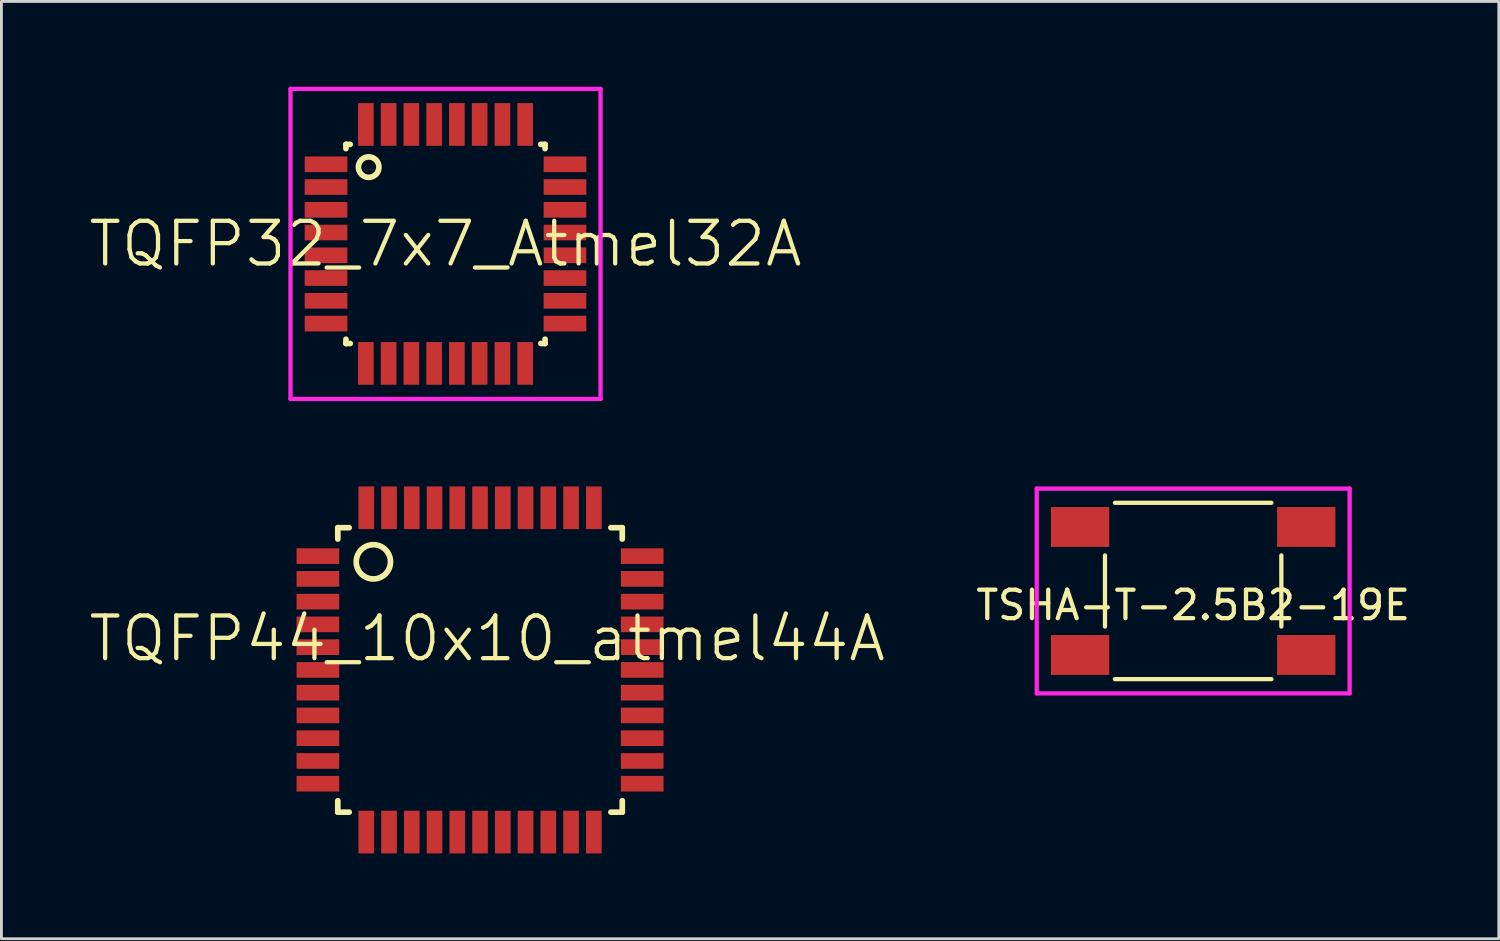
<source format=kicad_pcb>
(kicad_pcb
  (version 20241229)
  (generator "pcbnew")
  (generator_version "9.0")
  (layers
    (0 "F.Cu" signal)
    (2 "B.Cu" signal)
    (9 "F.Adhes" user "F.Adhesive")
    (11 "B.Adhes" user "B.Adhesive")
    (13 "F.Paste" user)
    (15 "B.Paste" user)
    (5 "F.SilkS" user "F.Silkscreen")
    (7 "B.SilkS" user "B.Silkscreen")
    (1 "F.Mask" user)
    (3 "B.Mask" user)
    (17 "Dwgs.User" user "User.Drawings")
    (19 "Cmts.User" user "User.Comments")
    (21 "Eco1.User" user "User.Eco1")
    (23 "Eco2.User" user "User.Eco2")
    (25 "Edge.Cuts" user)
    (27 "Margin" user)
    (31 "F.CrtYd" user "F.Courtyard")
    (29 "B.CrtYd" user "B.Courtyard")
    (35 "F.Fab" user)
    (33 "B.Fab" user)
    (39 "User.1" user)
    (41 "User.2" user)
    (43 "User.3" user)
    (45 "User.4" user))
  (footprint "TQFP44_10x10_atmel44A"
    (layer "F.Cu")
    (at 13.825 20.5)
    (property "Reference" "TQFP44_10x10_atmel44A" (at 0.25 -1.1 0) (layer "F.SilkS") (effects (font (size 1.5 1.5) (thickness 0.15))))
    (attr through_hole)
    (fp_line (start -5 -5) (end -5 -4.6) (stroke (width 0.2) (type solid)) (layer "F.SilkS"))
    (fp_line (start -5 -5) (end -4.6 -5) (stroke (width 0.2) (type solid)) (layer "F.SilkS"))
    (fp_line (start -5 5) (end -5 4.6) (stroke (width 0.2) (type solid)) (layer "F.SilkS"))
    (fp_line (start -5 5) (end -4.6 5) (stroke (width 0.2) (type solid)) (layer "F.SilkS"))
    (fp_line (start 5 -5) (end 4.6 -5) (stroke (width 0.2) (type solid)) (layer "F.SilkS"))
    (fp_line (start 5 -5) (end 5 -4.6) (stroke (width 0.2) (type solid)) (layer "F.SilkS"))
    (fp_line (start 5 5) (end 4.6 5) (stroke (width 0.2) (type solid)) (layer "F.SilkS"))
    (fp_line (start 5 5) (end 5 4.6) (stroke (width 0.2) (type solid)) (layer "F.SilkS"))
    (fp_circle (center -3.75 -3.8) (end -3.15 -3.75) (stroke (width 0.2) (type solid)) (fill no) (layer "F.SilkS"))
    (pad "1" smd rect (at -5.7 -4) (size 1.5 0.55) (layers "F.Cu" "F.Mask" "F.Paste"))
    (pad "2" smd rect (at -5.7 -3.2) (size 1.5 0.55) (layers "F.Cu" "F.Mask" "F.Paste"))
    (pad "3" smd rect (at -5.7 -2.4) (size 1.5 0.55) (layers "F.Cu" "F.Mask" "F.Paste"))
    (pad "4" smd rect (at -5.7 -1.6) (size 1.5 0.55) (layers "F.Cu" "F.Mask" "F.Paste"))
    (pad "5" smd rect (at -5.7 -0.8) (size 1.5 0.55) (layers "F.Cu" "F.Mask" "F.Paste"))
    (pad "6" smd rect (at -5.7 0) (size 1.5 0.55) (layers "F.Cu" "F.Mask" "F.Paste"))
    (pad "7" smd rect (at -5.7 0.8) (size 1.5 0.55) (layers "F.Cu" "F.Mask" "F.Paste"))
    (pad "8" smd rect (at -5.7 1.6) (size 1.5 0.55) (layers "F.Cu" "F.Mask" "F.Paste"))
    (pad "9" smd rect (at -5.7 2.4) (size 1.5 0.55) (layers "F.Cu" "F.Mask" "F.Paste"))
    (pad "10" smd rect (at -5.7 3.2) (size 1.5 0.55) (layers "F.Cu" "F.Mask" "F.Paste"))
    (pad "11" smd rect (at -5.7 4) (size 1.5 0.55) (layers "F.Cu" "F.Mask" "F.Paste"))
    (pad "12" smd rect (at -4 5.7) (size 0.55 1.5) (layers "F.Cu" "F.Mask" "F.Paste"))
    (pad "13" smd rect (at -3.2 5.7) (size 0.55 1.5) (layers "F.Cu" "F.Mask" "F.Paste"))
    (pad "14" smd rect (at -2.4 5.7) (size 0.55 1.5) (layers "F.Cu" "F.Mask" "F.Paste"))
    (pad "15" smd rect (at -1.6 5.7) (size 0.55 1.5) (layers "F.Cu" "F.Mask" "F.Paste"))
    (pad "16" smd rect (at -0.8 5.7) (size 0.55 1.5) (layers "F.Cu" "F.Mask" "F.Paste"))
    (pad "17" smd rect (at 0 5.7) (size 0.55 1.5) (layers "F.Cu" "F.Mask" "F.Paste"))
    (pad "18" smd rect (at 0.8 5.7) (size 0.55 1.5) (layers "F.Cu" "F.Mask" "F.Paste"))
    (pad "19" smd rect (at 1.6 5.7) (size 0.55 1.5) (layers "F.Cu" "F.Mask" "F.Paste"))
    (pad "20" smd rect (at 2.4 5.7) (size 0.55 1.5) (layers "F.Cu" "F.Mask" "F.Paste"))
    (pad "21" smd rect (at 3.2 5.7) (size 0.55 1.5) (layers "F.Cu" "F.Mask" "F.Paste"))
    (pad "22" smd rect (at 4 5.7) (size 0.55 1.5) (layers "F.Cu" "F.Mask" "F.Paste"))
    (pad "23" smd rect (at 5.7 4) (size 1.5 0.55) (layers "F.Cu" "F.Mask" "F.Paste"))
    (pad "24" smd rect (at 5.7 3.2) (size 1.5 0.55) (layers "F.Cu" "F.Mask" "F.Paste"))
    (pad "25" smd rect (at 5.7 2.4) (size 1.5 0.55) (layers "F.Cu" "F.Mask" "F.Paste"))
    (pad "26" smd rect (at 5.7 1.6) (size 1.5 0.55) (layers "F.Cu" "F.Mask" "F.Paste"))
    (pad "27" smd rect (at 5.7 0.8) (size 1.5 0.55) (layers "F.Cu" "F.Mask" "F.Paste"))
    (pad "28" smd rect (at 5.7 -0.000005) (size 1.5 0.55) (layers "F.Cu" "F.Mask" "F.Paste"))
    (pad "29" smd rect (at 5.7 -0.8) (size 1.5 0.55) (layers "F.Cu" "F.Mask" "F.Paste"))
    (pad "30" smd rect (at 5.7 -1.6) (size 1.5 0.55) (layers "F.Cu" "F.Mask" "F.Paste"))
    (pad "31" smd rect (at 5.7 -2.4) (size 1.5 0.55) (layers "F.Cu" "F.Mask" "F.Paste"))
    (pad "32" smd rect (at 5.7 -3.2) (size 1.5 0.55) (layers "F.Cu" "F.Mask" "F.Paste"))
    (pad "33" smd rect (at 5.7 -4) (size 1.5 0.55) (layers "F.Cu" "F.Mask" "F.Paste"))
    (pad "34" smd rect (at 4 -5.7) (size 0.55 1.5) (layers "F.Cu" "F.Mask" "F.Paste"))
    (pad "35" smd rect (at 3.2 -5.7) (size 0.55 1.5) (layers "F.Cu" "F.Mask" "F.Paste"))
    (pad "36" smd rect (at 2.4 -5.7) (size 0.55 1.5) (layers "F.Cu" "F.Mask" "F.Paste"))
    (pad "37" smd rect (at 1.6 -5.7) (size 0.55 1.5) (layers "F.Cu" "F.Mask" "F.Paste"))
    (pad "38" smd rect (at 0.8 -5.7) (size 0.55 1.5) (layers "F.Cu" "F.Mask" "F.Paste"))
    (pad "39" smd rect (at 0 -5.7) (size 0.55 1.5) (layers "F.Cu" "F.Mask" "F.Paste"))
    (pad "40" smd rect (at -0.8 -5.7) (size 0.55 1.5) (layers "F.Cu" "F.Mask" "F.Paste"))
    (pad "41" smd rect (at -1.6 -5.7) (size 0.55 1.5) (layers "F.Cu" "F.Mask" "F.Paste"))
    (pad "42" smd rect (at -2.4 -5.7) (size 0.55 1.5) (layers "F.Cu" "F.Mask" "F.Paste"))
    (pad "43" smd rect (at -3.2 -5.7) (size 0.55 1.5) (layers "F.Cu" "F.Mask" "F.Paste"))
    (pad "44" smd rect (at -4 -5.7) (size 0.55 1.5) (layers "F.Cu" "F.Mask" "F.Paste")))
  (footprint "TSHA-T-2.5B2-19E"
    (layer "F.Cu")
    (at 38.894 17.725)
    (property "Reference" "TSHA-T-2.5B2-19E" (at 0 0.5 0) (layer "F.SilkS") (effects (font (size 1 1) (thickness 0.15))))
    (attr through_hole)
    (fp_line (start -3.1 1.25) (end -3.1 -1.25) (stroke (width 0.15) (type solid)) (layer "F.SilkS"))
    (fp_line (start -2.75 -3.1) (end 2.75 -3.1) (stroke (width 0.15) (type solid)) (layer "F.SilkS"))
    (fp_line (start -2.75 3.1) (end 2.75 3.1) (stroke (width 0.15) (type solid)) (layer "F.SilkS"))
    (fp_line (start 3.1 1.25) (end 3.1 -1.25) (stroke (width 0.15) (type solid)) (layer "F.SilkS"))
    (fp_line (start -5.5 -3.6) (end -5.5 3.6) (stroke (width 0.15) (type solid)) (layer "F.CrtYd"))
    (fp_line (start 5.5 -3.6) (end -5.5 -3.6) (stroke (width 0.15) (type solid)) (layer "F.CrtYd"))
    (fp_line (start 5.5 -3.6) (end 5.5 3.6) (stroke (width 0.15) (type solid)) (layer "F.CrtYd"))
    (fp_line (start 5.5 3.6) (end -5.5 3.6) (stroke (width 0.15) (type solid)) (layer "F.CrtYd"))
    (pad "1" smd rect (at -3.975 -2.25) (size 2.05 1.4) (layers "F.Cu" "F.Mask" "F.Paste"))
    (pad "2" smd rect (at 3.975 -2.25) (size 2.05 1.4) (layers "F.Cu" "F.Mask" "F.Paste"))
    (pad "3" smd rect (at -3.975 2.25) (size 2.05 1.4) (layers "F.Cu" "F.Mask" "F.Paste"))
    (pad "4" smd rect (at 3.975 2.25) (size 2.05 1.4) (layers "F.Cu" "F.Mask" "F.Paste")))
  (footprint "TQFP32_7x7_Atmel32A"
    (layer "F.Cu")
    (at 12.611 5.525)
    (property "Reference" "TQFP32_7x7_Atmel32A" (at 0 0 0) (layer "F.SilkS") (effects (font (size 1.5 1.5) (thickness 0.15))))
    (attr through_hole)
    (fp_line (start -3.5 -3.5) (end -3.5 -3.35) (stroke (width 0.2) (type solid)) (layer "F.SilkS"))
    (fp_line (start -3.5 -3.5) (end -3.35 -3.5) (stroke (width 0.2) (type solid)) (layer "F.SilkS"))
    (fp_line (start -3.5 3.5) (end -3.5 3.35) (stroke (width 0.2) (type solid)) (layer "F.SilkS"))
    (fp_line (start -3.5 3.5) (end -3.35 3.5) (stroke (width 0.2) (type solid)) (layer "F.SilkS"))
    (fp_line (start 3.5 -3.5) (end 3.35 -3.5) (stroke (width 0.2) (type solid)) (layer "F.SilkS"))
    (fp_line (start 3.5 -3.5) (end 3.5 -3.35) (stroke (width 0.2) (type solid)) (layer "F.SilkS"))
    (fp_line (start 3.5 3.5) (end 3.35 3.5) (stroke (width 0.2) (type solid)) (layer "F.SilkS"))
    (fp_line (start 3.5 3.5) (end 3.5 3.35) (stroke (width 0.2) (type solid)) (layer "F.SilkS"))
    (fp_circle (center -2.7 -2.7) (end -2.5 -2.4) (stroke (width 0.2) (type solid)) (fill no) (layer "F.SilkS"))
    (fp_line (start -5.45 -5.45) (end 5.45 -5.45) (stroke (width 0.15) (type solid)) (layer "F.CrtYd"))
    (fp_line (start -5.45 5.45) (end -5.45 -5.45) (stroke (width 0.15) (type solid)) (layer "F.CrtYd"))
    (fp_line (start 5.45 -5.45) (end 5.45 5.45) (stroke (width 0.15) (type solid)) (layer "F.CrtYd"))
    (fp_line (start 5.45 5.45) (end -5.45 5.45) (stroke (width 0.15) (type solid)) (layer "F.CrtYd"))
    (pad "1" smd rect (at -4.2 -2.8) (size 1.5 0.55) (layers "F.Cu" "F.Mask" "F.Paste"))
    (pad "2" smd rect (at -4.2 -2) (size 1.5 0.55) (layers "F.Cu" "F.Mask" "F.Paste"))
    (pad "3" smd rect (at -4.2 -1.2) (size 1.5 0.55) (layers "F.Cu" "F.Mask" "F.Paste"))
    (pad "4" smd rect (at -4.2 -0.4) (size 1.5 0.55) (layers "F.Cu" "F.Mask" "F.Paste"))
    (pad "5" smd rect (at -4.2 0.4) (size 1.5 0.55) (layers "F.Cu" "F.Mask" "F.Paste"))
    (pad "6" smd rect (at -4.2 1.2) (size 1.5 0.55) (layers "F.Cu" "F.Mask" "F.Paste"))
    (pad "7" smd rect (at -4.2 2) (size 1.5 0.55) (layers "F.Cu" "F.Mask" "F.Paste"))
    (pad "8" smd rect (at -4.2 2.8) (size 1.5 0.55) (layers "F.Cu" "F.Mask" "F.Paste"))
    (pad "9" smd rect (at -2.8 4.2) (size 0.55 1.5) (layers "F.Cu" "F.Mask" "F.Paste"))
    (pad "10" smd rect (at -2 4.2) (size 0.55 1.5) (layers "F.Cu" "F.Mask" "F.Paste"))
    (pad "11" smd rect (at -1.2 4.2) (size 0.55 1.5) (layers "F.Cu" "F.Mask" "F.Paste"))
    (pad "12" smd rect (at -0.4 4.2) (size 0.55 1.5) (layers "F.Cu" "F.Mask" "F.Paste"))
    (pad "13" smd rect (at 0.4 4.2) (size 0.55 1.5) (layers "F.Cu" "F.Mask" "F.Paste"))
    (pad "14" smd rect (at 1.2 4.2) (size 0.55 1.5) (layers "F.Cu" "F.Mask" "F.Paste"))
    (pad "15" smd rect (at 2 4.2) (size 0.55 1.5) (layers "F.Cu" "F.Mask" "F.Paste"))
    (pad "16" smd rect (at 2.8 4.2) (size 0.55 1.5) (layers "F.Cu" "F.Mask" "F.Paste"))
    (pad "17" smd rect (at 4.2 2.8) (size 1.5 0.55) (layers "F.Cu" "F.Mask" "F.Paste"))
    (pad "18" smd rect (at 4.2 2) (size 1.5 0.55) (layers "F.Cu" "F.Mask" "F.Paste"))
    (pad "19" smd rect (at 4.2 1.2) (size 1.5 0.55) (layers "F.Cu" "F.Mask" "F.Paste"))
    (pad "20" smd rect (at 4.2 0.4) (size 1.5 0.55) (layers "F.Cu" "F.Mask" "F.Paste"))
    (pad "21" smd rect (at 4.2 -0.4) (size 1.5 0.55) (layers "F.Cu" "F.Mask" "F.Paste"))
    (pad "22" smd rect (at 4.2 -1.2) (size 1.5 0.55) (layers "F.Cu" "F.Mask" "F.Paste"))
    (pad "23" smd rect (at 4.2 -2) (size 1.5 0.55) (layers "F.Cu" "F.Mask" "F.Paste"))
    (pad "24" smd rect (at 4.2 -2.8) (size 1.5 0.55) (layers "F.Cu" "F.Mask" "F.Paste"))
    (pad "25" smd rect (at 2.8 -4.2) (size 0.55 1.5) (layers "F.Cu" "F.Mask" "F.Paste"))
    (pad "26" smd rect (at 2 -4.2) (size 0.55 1.5) (layers "F.Cu" "F.Mask" "F.Paste"))
    (pad "27" smd rect (at 1.2 -4.2) (size 0.55 1.5) (layers "F.Cu" "F.Mask" "F.Paste"))
    (pad "28" smd rect (at 0.4 -4.2) (size 0.55 1.5) (layers "F.Cu" "F.Mask" "F.Paste"))
    (pad "29" smd rect (at -0.4 -4.2) (size 0.55 1.5) (layers "F.Cu" "F.Mask" "F.Paste"))
    (pad "30" smd rect (at -1.2 -4.2) (size 0.55 1.5) (layers "F.Cu" "F.Mask" "F.Paste"))
    (pad "31" smd rect (at -2 -4.2) (size 0.55 1.5) (layers "F.Cu" "F.Mask" "F.Paste"))
    (pad "32" smd rect (at -2.8 -4.2) (size 0.55 1.5) (layers "F.Cu" "F.Mask" "F.Paste")))
  (gr_rect
    (start -3 -3)
    (end 49.638 29.95)
    (stroke (width 0.1) (type default))
    (fill no)
    (layer "Edge.Cuts")))
</source>
